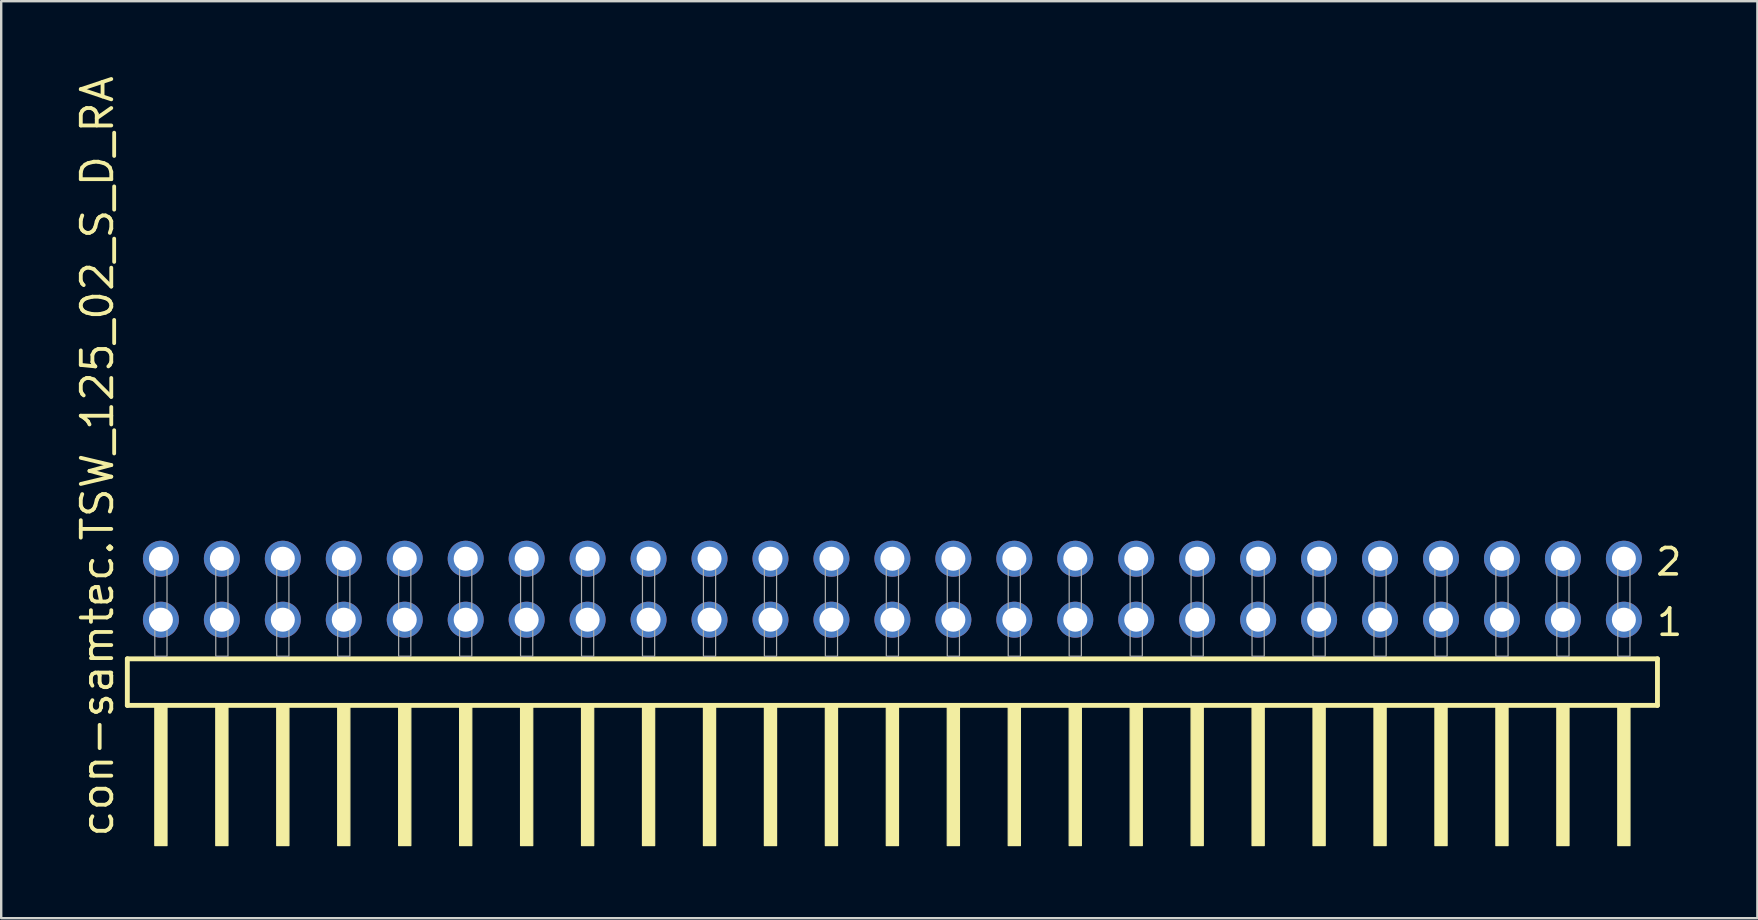
<source format=kicad_pcb>
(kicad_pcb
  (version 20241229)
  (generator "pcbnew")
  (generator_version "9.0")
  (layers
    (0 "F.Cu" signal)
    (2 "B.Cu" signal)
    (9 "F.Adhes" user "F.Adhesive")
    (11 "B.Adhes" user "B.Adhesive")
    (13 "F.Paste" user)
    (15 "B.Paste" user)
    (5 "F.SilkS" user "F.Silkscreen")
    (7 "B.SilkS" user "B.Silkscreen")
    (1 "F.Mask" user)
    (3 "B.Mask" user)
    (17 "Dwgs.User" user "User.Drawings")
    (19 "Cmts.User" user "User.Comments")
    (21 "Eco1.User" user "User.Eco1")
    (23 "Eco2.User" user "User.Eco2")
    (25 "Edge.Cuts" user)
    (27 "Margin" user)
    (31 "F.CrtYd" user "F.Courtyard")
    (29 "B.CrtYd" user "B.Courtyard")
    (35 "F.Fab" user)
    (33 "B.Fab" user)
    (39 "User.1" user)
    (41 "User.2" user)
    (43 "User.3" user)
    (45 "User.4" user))
  (footprint "con-samtec.TSW_125_02_S_D_RA"
    (layer "F.Cu")
    (at 34.135 24.296)
    (property "Reference" "con-samtec.TSW_125_02_S_D_RA" (at -32.385 7.62 90) (layer "F.SilkS") (effects (font (size 1.27 1.27) (thickness 0.16)) (justify left bottom)))
    (attr through_hole)
    (fp_line (start -31.879 0.106) (end -31.879 2.046) (stroke (width 0.203) (type default)) (layer "F.SilkS"))
    (fp_line (start -31.879 2.046) (end 31.879 2.046) (stroke (width 0.203) (type default)) (layer "F.SilkS"))
    (fp_line (start 31.879 0.106) (end -31.879 0.106) (stroke (width 0.203) (type default)) (layer "F.SilkS"))
    (fp_line (start 31.879 2.046) (end 31.879 0.106) (stroke (width 0.203) (type default)) (layer "F.SilkS"))
    (fp_rect (start -30.734 7.89) (end -30.226 2.04) (stroke (width 0.05) (type default)) (fill yes) (layer "F.SilkS"))
    (fp_rect (start -28.194 7.89) (end -27.686 2.04) (stroke (width 0.05) (type default)) (fill yes) (layer "F.SilkS"))
    (fp_rect (start -25.654 7.89) (end -25.146 2.04) (stroke (width 0.05) (type default)) (fill yes) (layer "F.SilkS"))
    (fp_rect (start -23.114 7.89) (end -22.606 2.04) (stroke (width 0.05) (type default)) (fill yes) (layer "F.SilkS"))
    (fp_rect (start -20.574 7.89) (end -20.066 2.04) (stroke (width 0.05) (type default)) (fill yes) (layer "F.SilkS"))
    (fp_rect (start -18.034 7.89) (end -17.526 2.04) (stroke (width 0.05) (type default)) (fill yes) (layer "F.SilkS"))
    (fp_rect (start -15.494 7.89) (end -14.986 2.04) (stroke (width 0.05) (type default)) (fill yes) (layer "F.SilkS"))
    (fp_rect (start -12.954 7.89) (end -12.446 2.04) (stroke (width 0.05) (type default)) (fill yes) (layer "F.SilkS"))
    (fp_rect (start -10.414 7.89) (end -9.906 2.04) (stroke (width 0.05) (type default)) (fill yes) (layer "F.SilkS"))
    (fp_rect (start -7.874 7.89) (end -7.366 2.04) (stroke (width 0.05) (type default)) (fill yes) (layer "F.SilkS"))
    (fp_rect (start -5.334 7.89) (end -4.826 2.04) (stroke (width 0.05) (type default)) (fill yes) (layer "F.SilkS"))
    (fp_rect (start -2.794 7.89) (end -2.286 2.04) (stroke (width 0.05) (type default)) (fill yes) (layer "F.SilkS"))
    (fp_rect (start -0.254 7.89) (end 0.254 2.04) (stroke (width 0.05) (type default)) (fill yes) (layer "F.SilkS"))
    (fp_rect (start 2.286 7.89) (end 2.794 2.04) (stroke (width 0.05) (type default)) (fill yes) (layer "F.SilkS"))
    (fp_rect (start 4.826 7.89) (end 5.334 2.04) (stroke (width 0.05) (type default)) (fill yes) (layer "F.SilkS"))
    (fp_rect (start 7.366 7.89) (end 7.874 2.04) (stroke (width 0.05) (type default)) (fill yes) (layer "F.SilkS"))
    (fp_rect (start 9.906 7.89) (end 10.414 2.04) (stroke (width 0.05) (type default)) (fill yes) (layer "F.SilkS"))
    (fp_rect (start 12.446 7.89) (end 12.954 2.04) (stroke (width 0.05) (type default)) (fill yes) (layer "F.SilkS"))
    (fp_rect (start 14.986 7.89) (end 15.494 2.04) (stroke (width 0.05) (type default)) (fill yes) (layer "F.SilkS"))
    (fp_rect (start 17.526 7.89) (end 18.034 2.04) (stroke (width 0.05) (type default)) (fill yes) (layer "F.SilkS"))
    (fp_rect (start 20.066 7.89) (end 20.574 2.04) (stroke (width 0.05) (type default)) (fill yes) (layer "F.SilkS"))
    (fp_rect (start 22.606 7.89) (end 23.114 2.04) (stroke (width 0.05) (type default)) (fill yes) (layer "F.SilkS"))
    (fp_rect (start 25.146 7.89) (end 25.654 2.04) (stroke (width 0.05) (type default)) (fill yes) (layer "F.SilkS"))
    (fp_rect (start 27.686 7.89) (end 28.194 2.04) (stroke (width 0.05) (type default)) (fill yes) (layer "F.SilkS"))
    (fp_rect (start 30.226 7.89) (end 30.734 2.04) (stroke (width 0.05) (type default)) (fill yes) (layer "F.SilkS"))
    (fp_rect (start -30.734 0) (end -30.226 -4.318) (stroke (width 0.05) (type default)) (fill no) (layer "F.Fab"))
    (fp_rect (start -28.194 0) (end -27.686 -4.318) (stroke (width 0.05) (type default)) (fill no) (layer "F.Fab"))
    (fp_rect (start -25.654 0) (end -25.146 -4.318) (stroke (width 0.05) (type default)) (fill no) (layer "F.Fab"))
    (fp_rect (start -23.114 0) (end -22.606 -4.318) (stroke (width 0.05) (type default)) (fill no) (layer "F.Fab"))
    (fp_rect (start -20.574 0) (end -20.066 -4.318) (stroke (width 0.05) (type default)) (fill no) (layer "F.Fab"))
    (fp_rect (start -18.034 0) (end -17.526 -4.318) (stroke (width 0.05) (type default)) (fill no) (layer "F.Fab"))
    (fp_rect (start -15.494 0) (end -14.986 -4.318) (stroke (width 0.05) (type default)) (fill no) (layer "F.Fab"))
    (fp_rect (start -12.954 0) (end -12.446 -4.318) (stroke (width 0.05) (type default)) (fill no) (layer "F.Fab"))
    (fp_rect (start -10.414 0) (end -9.906 -4.318) (stroke (width 0.05) (type default)) (fill no) (layer "F.Fab"))
    (fp_rect (start -7.874 0) (end -7.366 -4.318) (stroke (width 0.05) (type default)) (fill no) (layer "F.Fab"))
    (fp_rect (start -5.334 0) (end -4.826 -4.318) (stroke (width 0.05) (type default)) (fill no) (layer "F.Fab"))
    (fp_rect (start -2.794 0) (end -2.286 -4.318) (stroke (width 0.05) (type default)) (fill no) (layer "F.Fab"))
    (fp_rect (start -0.254 0) (end 0.254 -4.318) (stroke (width 0.05) (type default)) (fill no) (layer "F.Fab"))
    (fp_rect (start 2.286 0) (end 2.794 -4.318) (stroke (width 0.05) (type default)) (fill no) (layer "F.Fab"))
    (fp_rect (start 4.826 0) (end 5.334 -4.318) (stroke (width 0.05) (type default)) (fill no) (layer "F.Fab"))
    (fp_rect (start 7.366 0) (end 7.874 -4.318) (stroke (width 0.05) (type default)) (fill no) (layer "F.Fab"))
    (fp_rect (start 9.906 0) (end 10.414 -4.318) (stroke (width 0.05) (type default)) (fill no) (layer "F.Fab"))
    (fp_rect (start 12.446 0) (end 12.954 -4.318) (stroke (width 0.05) (type default)) (fill no) (layer "F.Fab"))
    (fp_rect (start 14.986 0) (end 15.494 -4.318) (stroke (width 0.05) (type default)) (fill no) (layer "F.Fab"))
    (fp_rect (start 17.526 0) (end 18.034 -4.318) (stroke (width 0.05) (type default)) (fill no) (layer "F.Fab"))
    (fp_rect (start 20.066 0) (end 20.574 -4.318) (stroke (width 0.05) (type default)) (fill no) (layer "F.Fab"))
    (fp_rect (start 22.606 0) (end 23.114 -4.318) (stroke (width 0.05) (type default)) (fill no) (layer "F.Fab"))
    (fp_rect (start 25.146 0) (end 25.654 -4.318) (stroke (width 0.05) (type default)) (fill no) (layer "F.Fab"))
    (fp_rect (start 27.686 0) (end 28.194 -4.318) (stroke (width 0.05) (type default)) (fill no) (layer "F.Fab"))
    (fp_rect (start 30.226 0) (end 30.734 -4.318) (stroke (width 0.05) (type default)) (fill no) (layer "F.Fab"))
    (fp_text user "2" (at 31.73 -3.29 0) (layer "F.SilkS") (effects (font (size 1.1 1.1) (thickness 0.15)) (justify left bottom)))
    (fp_text user "1" (at 31.765 -0.775 0) (layer "F.SilkS") (effects (font (size 1.1 1.1) (thickness 0.15)) (justify left bottom)))
    (pad "1" thru_hole circle (at 30.48 -1.524 180) (size 1.5 1.5) (drill 1) (layers "*.Cu" "*.Mask"))
    (pad "2" thru_hole circle (at 30.48 -4.064 180) (size 1.5 1.5) (drill 1) (layers "*.Cu" "*.Mask"))
    (pad "3" thru_hole circle (at 27.94 -1.524 180) (size 1.5 1.5) (drill 1) (layers "*.Cu" "*.Mask"))
    (pad "4" thru_hole circle (at 27.94 -4.064 180) (size 1.5 1.5) (drill 1) (layers "*.Cu" "*.Mask"))
    (pad "5" thru_hole circle (at 25.4 -1.524 180) (size 1.5 1.5) (drill 1) (layers "*.Cu" "*.Mask"))
    (pad "6" thru_hole circle (at 25.4 -4.064 180) (size 1.5 1.5) (drill 1) (layers "*.Cu" "*.Mask"))
    (pad "7" thru_hole circle (at 22.86 -1.524 180) (size 1.5 1.5) (drill 1) (layers "*.Cu" "*.Mask"))
    (pad "8" thru_hole circle (at 22.86 -4.064 180) (size 1.5 1.5) (drill 1) (layers "*.Cu" "*.Mask"))
    (pad "9" thru_hole circle (at 20.32 -1.524 180) (size 1.5 1.5) (drill 1) (layers "*.Cu" "*.Mask"))
    (pad "10" thru_hole circle (at 20.32 -4.064 180) (size 1.5 1.5) (drill 1) (layers "*.Cu" "*.Mask"))
    (pad "11" thru_hole circle (at 17.78 -1.524 180) (size 1.5 1.5) (drill 1) (layers "*.Cu" "*.Mask"))
    (pad "12" thru_hole circle (at 17.78 -4.064 180) (size 1.5 1.5) (drill 1) (layers "*.Cu" "*.Mask"))
    (pad "13" thru_hole circle (at 15.24 -1.524 180) (size 1.5 1.5) (drill 1) (layers "*.Cu" "*.Mask"))
    (pad "14" thru_hole circle (at 15.24 -4.064 180) (size 1.5 1.5) (drill 1) (layers "*.Cu" "*.Mask"))
    (pad "15" thru_hole circle (at 12.7 -1.524 180) (size 1.5 1.5) (drill 1) (layers "*.Cu" "*.Mask"))
    (pad "16" thru_hole circle (at 12.7 -4.064 180) (size 1.5 1.5) (drill 1) (layers "*.Cu" "*.Mask"))
    (pad "17" thru_hole circle (at 10.16 -1.524 180) (size 1.5 1.5) (drill 1) (layers "*.Cu" "*.Mask"))
    (pad "18" thru_hole circle (at 10.16 -4.064 180) (size 1.5 1.5) (drill 1) (layers "*.Cu" "*.Mask"))
    (pad "19" thru_hole circle (at 7.62 -1.524 180) (size 1.5 1.5) (drill 1) (layers "*.Cu" "*.Mask"))
    (pad "20" thru_hole circle (at 7.62 -4.064 180) (size 1.5 1.5) (drill 1) (layers "*.Cu" "*.Mask"))
    (pad "21" thru_hole circle (at 5.08 -1.524 180) (size 1.5 1.5) (drill 1) (layers "*.Cu" "*.Mask"))
    (pad "22" thru_hole circle (at 5.08 -4.064 180) (size 1.5 1.5) (drill 1) (layers "*.Cu" "*.Mask"))
    (pad "23" thru_hole circle (at 2.54 -1.524 180) (size 1.5 1.5) (drill 1) (layers "*.Cu" "*.Mask"))
    (pad "24" thru_hole circle (at 2.54 -4.064 180) (size 1.5 1.5) (drill 1) (layers "*.Cu" "*.Mask"))
    (pad "25" thru_hole circle (at 0 -1.524 180) (size 1.5 1.5) (drill 1) (layers "*.Cu" "*.Mask"))
    (pad "26" thru_hole circle (at 0 -4.064 180) (size 1.5 1.5) (drill 1) (layers "*.Cu" "*.Mask"))
    (pad "27" thru_hole circle (at -2.54 -1.524 180) (size 1.5 1.5) (drill 1) (layers "*.Cu" "*.Mask"))
    (pad "28" thru_hole circle (at -2.54 -4.064 180) (size 1.5 1.5) (drill 1) (layers "*.Cu" "*.Mask"))
    (pad "29" thru_hole circle (at -5.08 -1.524 180) (size 1.5 1.5) (drill 1) (layers "*.Cu" "*.Mask"))
    (pad "30" thru_hole circle (at -5.08 -4.064 180) (size 1.5 1.5) (drill 1) (layers "*.Cu" "*.Mask"))
    (pad "31" thru_hole circle (at -7.62 -1.524 180) (size 1.5 1.5) (drill 1) (layers "*.Cu" "*.Mask"))
    (pad "32" thru_hole circle (at -7.62 -4.064 180) (size 1.5 1.5) (drill 1) (layers "*.Cu" "*.Mask"))
    (pad "33" thru_hole circle (at -10.16 -1.524 180) (size 1.5 1.5) (drill 1) (layers "*.Cu" "*.Mask"))
    (pad "34" thru_hole circle (at -10.16 -4.064 180) (size 1.5 1.5) (drill 1) (layers "*.Cu" "*.Mask"))
    (pad "35" thru_hole circle (at -12.7 -1.524 180) (size 1.5 1.5) (drill 1) (layers "*.Cu" "*.Mask"))
    (pad "36" thru_hole circle (at -12.7 -4.064 180) (size 1.5 1.5) (drill 1) (layers "*.Cu" "*.Mask"))
    (pad "37" thru_hole circle (at -15.24 -1.524 180) (size 1.5 1.5) (drill 1) (layers "*.Cu" "*.Mask"))
    (pad "38" thru_hole circle (at -15.24 -4.064 180) (size 1.5 1.5) (drill 1) (layers "*.Cu" "*.Mask"))
    (pad "39" thru_hole circle (at -17.78 -1.524 180) (size 1.5 1.5) (drill 1) (layers "*.Cu" "*.Mask"))
    (pad "40" thru_hole circle (at -17.78 -4.064 180) (size 1.5 1.5) (drill 1) (layers "*.Cu" "*.Mask"))
    (pad "41" thru_hole circle (at -20.32 -1.524 180) (size 1.5 1.5) (drill 1) (layers "*.Cu" "*.Mask"))
    (pad "42" thru_hole circle (at -20.32 -4.064 180) (size 1.5 1.5) (drill 1) (layers "*.Cu" "*.Mask"))
    (pad "43" thru_hole circle (at -22.86 -1.524 180) (size 1.5 1.5) (drill 1) (layers "*.Cu" "*.Mask"))
    (pad "44" thru_hole circle (at -22.86 -4.064 180) (size 1.5 1.5) (drill 1) (layers "*.Cu" "*.Mask"))
    (pad "45" thru_hole circle (at -25.4 -1.524 180) (size 1.5 1.5) (drill 1) (layers "*.Cu" "*.Mask"))
    (pad "46" thru_hole circle (at -25.4 -4.064 180) (size 1.5 1.5) (drill 1) (layers "*.Cu" "*.Mask"))
    (pad "47" thru_hole circle (at -27.94 -1.524 180) (size 1.5 1.5) (drill 1) (layers "*.Cu" "*.Mask"))
    (pad "48" thru_hole circle (at -27.94 -4.064 180) (size 1.5 1.5) (drill 1) (layers "*.Cu" "*.Mask"))
    (pad "49" thru_hole circle (at -30.48 -1.524 180) (size 1.5 1.5) (drill 1) (layers "*.Cu" "*.Mask"))
    (pad "50" thru_hole circle (at -30.48 -4.064 180) (size 1.5 1.5) (drill 1) (layers "*.Cu" "*.Mask")))
  (gr_rect
    (start -3 -3)
    (end 70.178 35.211)
    (stroke (width 0.1) (type default))
    (fill no)
    (layer "Edge.Cuts")))
</source>
